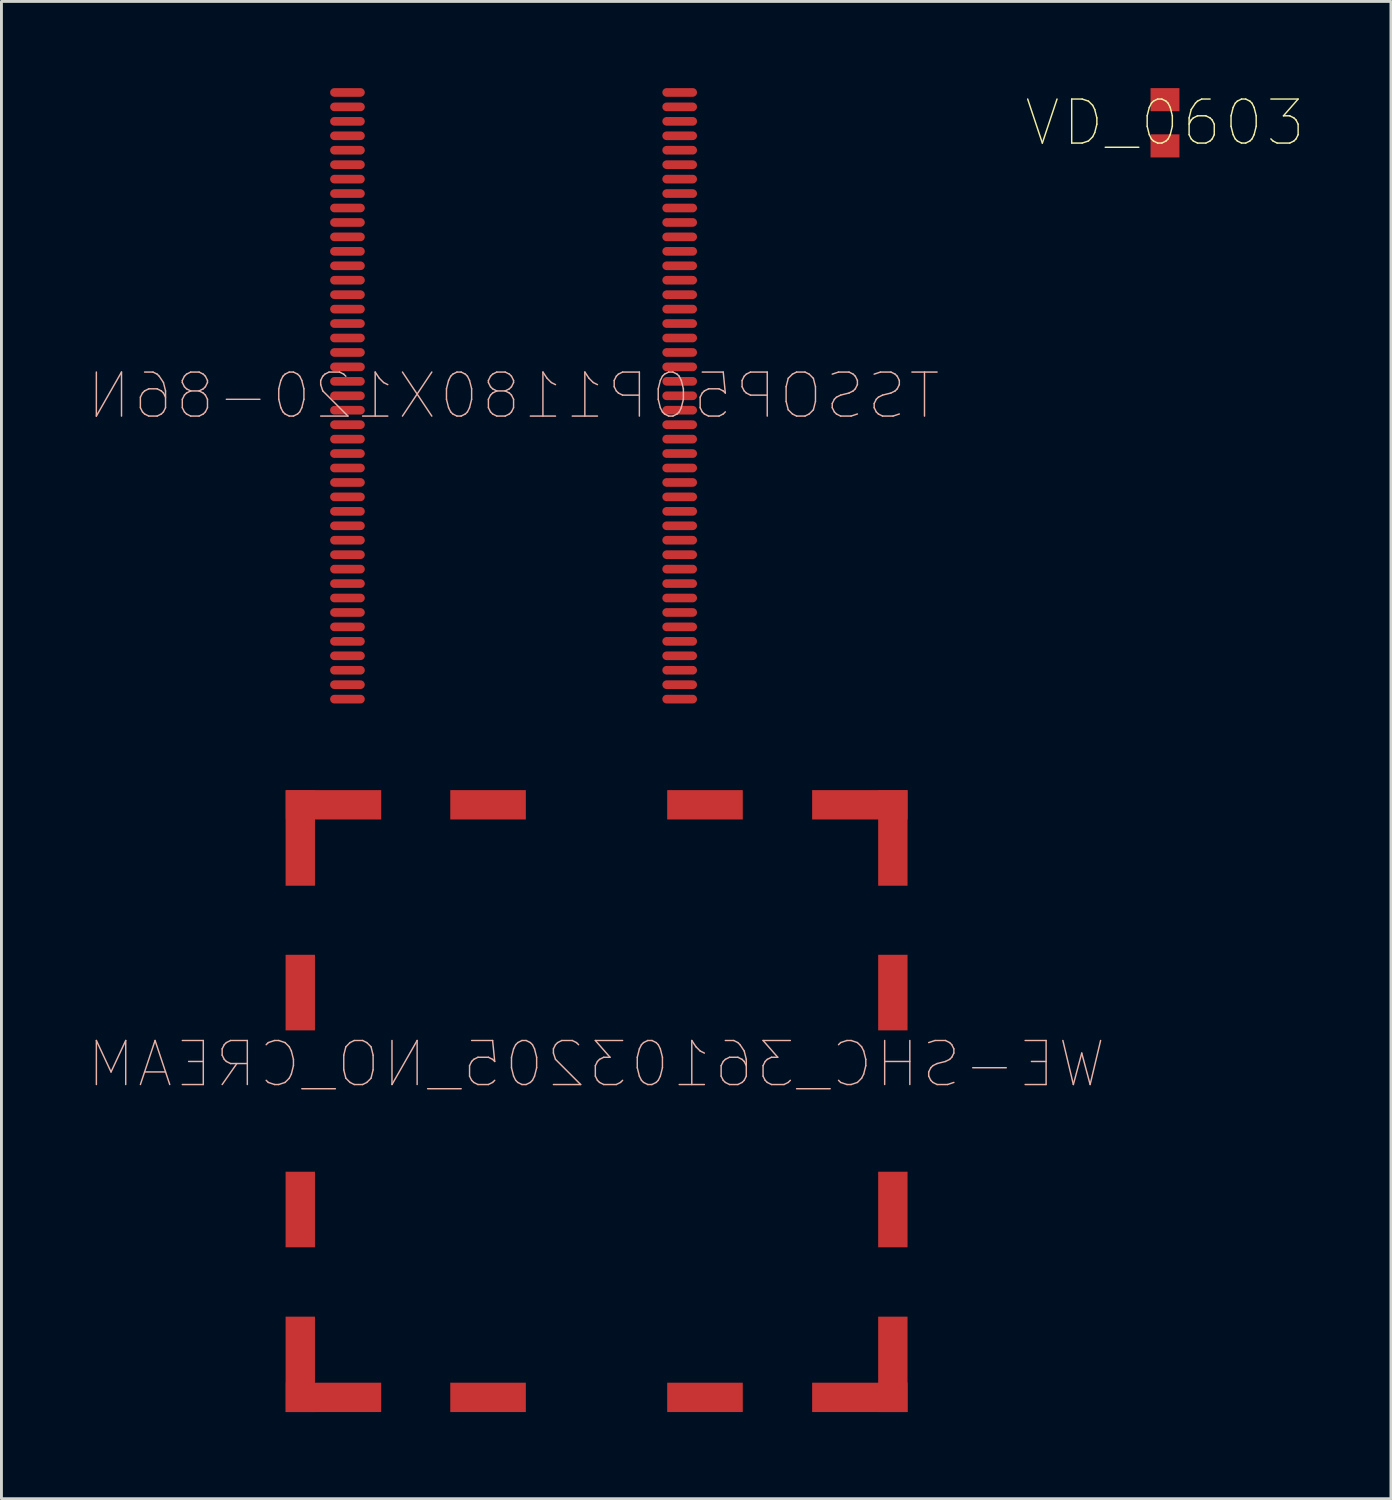
<source format=kicad_pcb>
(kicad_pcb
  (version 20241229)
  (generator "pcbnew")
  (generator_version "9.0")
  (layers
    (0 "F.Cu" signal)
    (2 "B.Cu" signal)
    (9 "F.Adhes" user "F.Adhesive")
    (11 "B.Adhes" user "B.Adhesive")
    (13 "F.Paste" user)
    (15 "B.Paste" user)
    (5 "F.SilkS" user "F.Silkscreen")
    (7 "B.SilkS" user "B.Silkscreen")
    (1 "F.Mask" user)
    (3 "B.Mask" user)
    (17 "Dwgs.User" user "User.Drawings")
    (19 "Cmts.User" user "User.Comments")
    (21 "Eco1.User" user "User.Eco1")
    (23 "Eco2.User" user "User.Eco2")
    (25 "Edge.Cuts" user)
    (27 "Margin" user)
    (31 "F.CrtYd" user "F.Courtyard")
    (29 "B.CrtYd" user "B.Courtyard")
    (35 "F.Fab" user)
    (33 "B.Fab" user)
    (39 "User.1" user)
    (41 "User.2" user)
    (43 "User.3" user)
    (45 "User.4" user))
  (footprint "WE-SHC_36103205_NO_CREAM"
    (layer "F.Cu")
    (at 17.594 33.788)
    (property "Reference" "WE-SHC_36103205_NO_CREAM" (at 0 0 0) (layer "B.SilkS") (effects (font (size 1.524 1.524) (thickness 0.05)) (justify mirror)))
    (attr smd)
    (pad "1" smd rect (at -10.25 -7.83 270) (size 3.302 1.016) (layers "F.Cu" "F.Mask" "F.Paste"))
    (pad "1" smd rect (at -10.25 -2.48 270) (size 2.616 1.016) (layers "F.Cu" "F.Mask" "F.Paste"))
    (pad "1" smd rect (at -10.25 5.029 270) (size 2.616 1.016) (layers "F.Cu" "F.Mask" "F.Paste"))
    (pad "1" smd rect (at -10.25 10.389 270) (size 3.302 1.016) (layers "F.Cu" "F.Mask" "F.Paste"))
    (pad "1" smd rect (at -9.1 -8.98 270) (size 1.016 3.302) (layers "F.Cu" "F.Mask" "F.Paste"))
    (pad "1" smd rect (at -9.1 11.532 270) (size 1.016 3.302) (layers "F.Cu" "F.Mask" "F.Paste"))
    (pad "1" smd rect (at -3.75 -8.98 270) (size 1.016 2.616) (layers "F.Cu" "F.Mask" "F.Paste"))
    (pad "1" smd rect (at -3.75 11.532 270) (size 1.016 2.616) (layers "F.Cu" "F.Mask" "F.Paste"))
    (pad "1" smd rect (at 3.759 -8.98 270) (size 1.016 2.616) (layers "F.Cu" "F.Mask" "F.Paste"))
    (pad "1" smd rect (at 3.759 11.532 270) (size 1.016 2.616) (layers "F.Cu" "F.Mask" "F.Paste"))
    (pad "1" smd rect (at 9.119 -8.98 270) (size 1.016 3.302) (layers "F.Cu" "F.Mask" "F.Paste"))
    (pad "1" smd rect (at 9.119 11.532 270) (size 1.016 3.302) (layers "F.Cu" "F.Mask" "F.Paste"))
    (pad "1" smd rect (at 10.262 -7.83 270) (size 3.302 1.016) (layers "F.Cu" "F.Mask" "F.Paste"))
    (pad "1" smd rect (at 10.262 -2.48 270) (size 2.616 1.016) (layers "F.Cu" "F.Mask" "F.Paste"))
    (pad "1" smd rect (at 10.262 5.029 270) (size 2.616 1.016) (layers "F.Cu" "F.Mask" "F.Paste"))
    (pad "1" smd rect (at 10.262 10.389 270) (size 3.302 1.016) (layers "F.Cu" "F.Mask" "F.Paste")))
  (footprint "VD_0603"
    (layer "F.Cu")
    (at 37.276 1.2)
    (property "Reference" "VD_0603" (at 0 0 0) (layer "F.SilkS") (effects (font (size 1.524 1.524) (thickness 0.05))))
    (attr smd)
    (pad "1" smd rect (at 0 -0.8) (size 1 0.8) (layers "F.Cu" "F.Mask" "F.Paste"))
    (pad "2" smd rect (at 0 0.8) (size 1 0.8) (layers "F.Cu" "F.Mask" "F.Paste")))
  (footprint "TSSOP50P1180X120-86N"
    (layer "F.Cu")
    (at 14.727 10.65)
    (property "Reference" "TSSOP50P1180X120-86N" (at 0 0 0) (layer "B.SilkS") (effects (font (size 1.524 1.524) (thickness 0.05)) (justify mirror)))
    (attr smd)
    (pad "1" smd oval (at -5.75 -10.5 90) (size 0.3 1.2) (layers "F.Cu" "F.Mask" "F.Paste"))
    (pad "2" smd oval (at -5.75 -10 90) (size 0.3 1.2) (layers "F.Cu" "F.Mask" "F.Paste"))
    (pad "3" smd oval (at -5.75 -9.5 90) (size 0.3 1.2) (layers "F.Cu" "F.Mask" "F.Paste"))
    (pad "4" smd oval (at -5.75 -9 90) (size 0.3 1.2) (layers "F.Cu" "F.Mask" "F.Paste"))
    (pad "5" smd oval (at -5.75 -8.5 90) (size 0.3 1.2) (layers "F.Cu" "F.Mask" "F.Paste"))
    (pad "6" smd oval (at -5.75 -8 90) (size 0.3 1.2) (layers "F.Cu" "F.Mask" "F.Paste"))
    (pad "7" smd oval (at -5.75 -7.5 90) (size 0.3 1.2) (layers "F.Cu" "F.Mask" "F.Paste"))
    (pad "8" smd oval (at -5.75 -7 90) (size 0.3 1.2) (layers "F.Cu" "F.Mask" "F.Paste"))
    (pad "9" smd oval (at -5.75 -6.5 90) (size 0.3 1.2) (layers "F.Cu" "F.Mask" "F.Paste"))
    (pad "10" smd oval (at -5.75 -6 90) (size 0.3 1.2) (layers "F.Cu" "F.Mask" "F.Paste"))
    (pad "11" smd oval (at -5.75 -5.5 90) (size 0.3 1.2) (layers "F.Cu" "F.Mask" "F.Paste"))
    (pad "12" smd oval (at -5.75 -5 90) (size 0.3 1.2) (layers "F.Cu" "F.Mask" "F.Paste"))
    (pad "13" smd oval (at -5.75 -4.5 90) (size 0.3 1.2) (layers "F.Cu" "F.Mask" "F.Paste"))
    (pad "14" smd oval (at -5.75 -4 90) (size 0.3 1.2) (layers "F.Cu" "F.Mask" "F.Paste"))
    (pad "15" smd oval (at -5.75 -3.5 90) (size 0.3 1.2) (layers "F.Cu" "F.Mask" "F.Paste"))
    (pad "16" smd oval (at -5.75 -3 90) (size 0.3 1.2) (layers "F.Cu" "F.Mask" "F.Paste"))
    (pad "17" smd oval (at -5.75 -2.5 90) (size 0.3 1.2) (layers "F.Cu" "F.Mask" "F.Paste"))
    (pad "18" smd oval (at -5.75 -2 90) (size 0.3 1.2) (layers "F.Cu" "F.Mask" "F.Paste"))
    (pad "19" smd oval (at -5.75 -1.5 90) (size 0.3 1.2) (layers "F.Cu" "F.Mask" "F.Paste"))
    (pad "20" smd oval (at -5.75 -1 90) (size 0.3 1.2) (layers "F.Cu" "F.Mask" "F.Paste"))
    (pad "21" smd oval (at -5.75 -0.5 90) (size 0.3 1.2) (layers "F.Cu" "F.Mask" "F.Paste"))
    (pad "22" smd oval (at -5.75 0 90) (size 0.3 1.2) (layers "F.Cu" "F.Mask" "F.Paste"))
    (pad "23" smd oval (at -5.75 0.5 90) (size 0.3 1.2) (layers "F.Cu" "F.Mask" "F.Paste"))
    (pad "24" smd oval (at -5.75 1 90) (size 0.3 1.2) (layers "F.Cu" "F.Mask" "F.Paste"))
    (pad "25" smd oval (at -5.75 1.5 90) (size 0.3 1.2) (layers "F.Cu" "F.Mask" "F.Paste"))
    (pad "26" smd oval (at -5.75 2 90) (size 0.3 1.2) (layers "F.Cu" "F.Mask" "F.Paste"))
    (pad "27" smd oval (at -5.75 2.5 90) (size 0.3 1.2) (layers "F.Cu" "F.Mask" "F.Paste"))
    (pad "28" smd oval (at -5.75 3 90) (size 0.3 1.2) (layers "F.Cu" "F.Mask" "F.Paste"))
    (pad "29" smd oval (at -5.75 3.5 90) (size 0.3 1.2) (layers "F.Cu" "F.Mask" "F.Paste"))
    (pad "30" smd oval (at -5.75 4 90) (size 0.3 1.2) (layers "F.Cu" "F.Mask" "F.Paste"))
    (pad "31" smd oval (at -5.75 4.5 90) (size 0.3 1.2) (layers "F.Cu" "F.Mask" "F.Paste"))
    (pad "32" smd oval (at -5.75 5 90) (size 0.3 1.2) (layers "F.Cu" "F.Mask" "F.Paste"))
    (pad "33" smd oval (at -5.75 5.5 90) (size 0.3 1.2) (layers "F.Cu" "F.Mask" "F.Paste"))
    (pad "34" smd oval (at -5.75 6 90) (size 0.3 1.2) (layers "F.Cu" "F.Mask" "F.Paste"))
    (pad "35" smd oval (at -5.75 6.5 90) (size 0.3 1.2) (layers "F.Cu" "F.Mask" "F.Paste"))
    (pad "36" smd oval (at -5.75 7 90) (size 0.3 1.2) (layers "F.Cu" "F.Mask" "F.Paste"))
    (pad "37" smd oval (at -5.75 7.5 90) (size 0.3 1.2) (layers "F.Cu" "F.Mask" "F.Paste"))
    (pad "38" smd oval (at -5.75 8 90) (size 0.3 1.2) (layers "F.Cu" "F.Mask" "F.Paste"))
    (pad "39" smd oval (at -5.75 8.5 90) (size 0.3 1.2) (layers "F.Cu" "F.Mask" "F.Paste"))
    (pad "40" smd oval (at -5.75 9 90) (size 0.3 1.2) (layers "F.Cu" "F.Mask" "F.Paste"))
    (pad "41" smd oval (at -5.75 9.5 90) (size 0.3 1.2) (layers "F.Cu" "F.Mask" "F.Paste"))
    (pad "42" smd oval (at -5.75 10 90) (size 0.3 1.2) (layers "F.Cu" "F.Mask" "F.Paste"))
    (pad "43" smd oval (at -5.75 10.5 90) (size 0.3 1.2) (layers "F.Cu" "F.Mask" "F.Paste"))
    (pad "44" smd oval (at 5.75 10.5 90) (size 0.3 1.2) (layers "F.Cu" "F.Mask" "F.Paste"))
    (pad "45" smd oval (at 5.75 10 90) (size 0.3 1.2) (layers "F.Cu" "F.Mask" "F.Paste"))
    (pad "46" smd oval (at 5.75 9.5 90) (size 0.3 1.2) (layers "F.Cu" "F.Mask" "F.Paste"))
    (pad "47" smd oval (at 5.75 9 90) (size 0.3 1.2) (layers "F.Cu" "F.Mask" "F.Paste"))
    (pad "48" smd oval (at 5.75 8.5 90) (size 0.3 1.2) (layers "F.Cu" "F.Mask" "F.Paste"))
    (pad "49" smd oval (at 5.75 8 90) (size 0.3 1.2) (layers "F.Cu" "F.Mask" "F.Paste"))
    (pad "50" smd oval (at 5.75 7.5 90) (size 0.3 1.2) (layers "F.Cu" "F.Mask" "F.Paste"))
    (pad "51" smd oval (at 5.75 7 90) (size 0.3 1.2) (layers "F.Cu" "F.Mask" "F.Paste"))
    (pad "52" smd oval (at 5.75 6.5 90) (size 0.3 1.2) (layers "F.Cu" "F.Mask" "F.Paste"))
    (pad "53" smd oval (at 5.75 6 90) (size 0.3 1.2) (layers "F.Cu" "F.Mask" "F.Paste"))
    (pad "54" smd oval (at 5.75 5.5 90) (size 0.3 1.2) (layers "F.Cu" "F.Mask" "F.Paste"))
    (pad "55" smd oval (at 5.75 5 90) (size 0.3 1.2) (layers "F.Cu" "F.Mask" "F.Paste"))
    (pad "56" smd oval (at 5.75 4.5 90) (size 0.3 1.2) (layers "F.Cu" "F.Mask" "F.Paste"))
    (pad "57" smd oval (at 5.75 4 90) (size 0.3 1.2) (layers "F.Cu" "F.Mask" "F.Paste"))
    (pad "58" smd oval (at 5.75 3.5 90) (size 0.3 1.2) (layers "F.Cu" "F.Mask" "F.Paste"))
    (pad "59" smd oval (at 5.75 3 90) (size 0.3 1.2) (layers "F.Cu" "F.Mask" "F.Paste"))
    (pad "60" smd oval (at 5.75 2.5 90) (size 0.3 1.2) (layers "F.Cu" "F.Mask" "F.Paste"))
    (pad "61" smd oval (at 5.75 2 90) (size 0.3 1.2) (layers "F.Cu" "F.Mask" "F.Paste"))
    (pad "62" smd oval (at 5.75 1.5 90) (size 0.3 1.2) (layers "F.Cu" "F.Mask" "F.Paste"))
    (pad "63" smd oval (at 5.75 1 90) (size 0.3 1.2) (layers "F.Cu" "F.Mask" "F.Paste"))
    (pad "64" smd oval (at 5.75 0.5 90) (size 0.3 1.2) (layers "F.Cu" "F.Mask" "F.Paste"))
    (pad "65" smd oval (at 5.75 0 90) (size 0.3 1.2) (layers "F.Cu" "F.Mask" "F.Paste"))
    (pad "66" smd oval (at 5.75 -0.5 90) (size 0.3 1.2) (layers "F.Cu" "F.Mask" "F.Paste"))
    (pad "67" smd oval (at 5.75 -1 90) (size 0.3 1.2) (layers "F.Cu" "F.Mask" "F.Paste"))
    (pad "68" smd oval (at 5.75 -1.5 90) (size 0.3 1.2) (layers "F.Cu" "F.Mask" "F.Paste"))
    (pad "69" smd oval (at 5.75 -2 90) (size 0.3 1.2) (layers "F.Cu" "F.Mask" "F.Paste"))
    (pad "70" smd oval (at 5.75 -2.5 90) (size 0.3 1.2) (layers "F.Cu" "F.Mask" "F.Paste"))
    (pad "71" smd oval (at 5.75 -3 90) (size 0.3 1.2) (layers "F.Cu" "F.Mask" "F.Paste"))
    (pad "72" smd oval (at 5.75 -3.5 90) (size 0.3 1.2) (layers "F.Cu" "F.Mask" "F.Paste"))
    (pad "73" smd oval (at 5.75 -4 90) (size 0.3 1.2) (layers "F.Cu" "F.Mask" "F.Paste"))
    (pad "74" smd oval (at 5.75 -4.5 90) (size 0.3 1.2) (layers "F.Cu" "F.Mask" "F.Paste"))
    (pad "75" smd oval (at 5.75 -5 90) (size 0.3 1.2) (layers "F.Cu" "F.Mask" "F.Paste"))
    (pad "76" smd oval (at 5.75 -5.5 90) (size 0.3 1.2) (layers "F.Cu" "F.Mask" "F.Paste"))
    (pad "77" smd oval (at 5.75 -6 90) (size 0.3 1.2) (layers "F.Cu" "F.Mask" "F.Paste"))
    (pad "78" smd oval (at 5.75 -6.5 90) (size 0.3 1.2) (layers "F.Cu" "F.Mask" "F.Paste"))
    (pad "79" smd oval (at 5.75 -7 90) (size 0.3 1.2) (layers "F.Cu" "F.Mask" "F.Paste"))
    (pad "80" smd oval (at 5.75 -7.5 90) (size 0.3 1.2) (layers "F.Cu" "F.Mask" "F.Paste"))
    (pad "81" smd oval (at 5.75 -8 90) (size 0.3 1.2) (layers "F.Cu" "F.Mask" "F.Paste"))
    (pad "82" smd oval (at 5.75 -8.5 90) (size 0.3 1.2) (layers "F.Cu" "F.Mask" "F.Paste"))
    (pad "83" smd oval (at 5.75 -9 90) (size 0.3 1.2) (layers "F.Cu" "F.Mask" "F.Paste"))
    (pad "84" smd oval (at 5.75 -9.5 90) (size 0.3 1.2) (layers "F.Cu" "F.Mask" "F.Paste"))
    (pad "85" smd oval (at 5.75 -10 90) (size 0.3 1.2) (layers "F.Cu" "F.Mask" "F.Paste"))
    (pad "86" smd oval (at 5.75 -10.5 90) (size 0.3 1.2) (layers "F.Cu" "F.Mask" "F.Paste")))
  (gr_rect
    (start -3 -3)
    (end 45.097 48.828)
    (stroke (width 0.1) (type default))
    (fill no)
    (layer "Edge.Cuts")))
</source>
